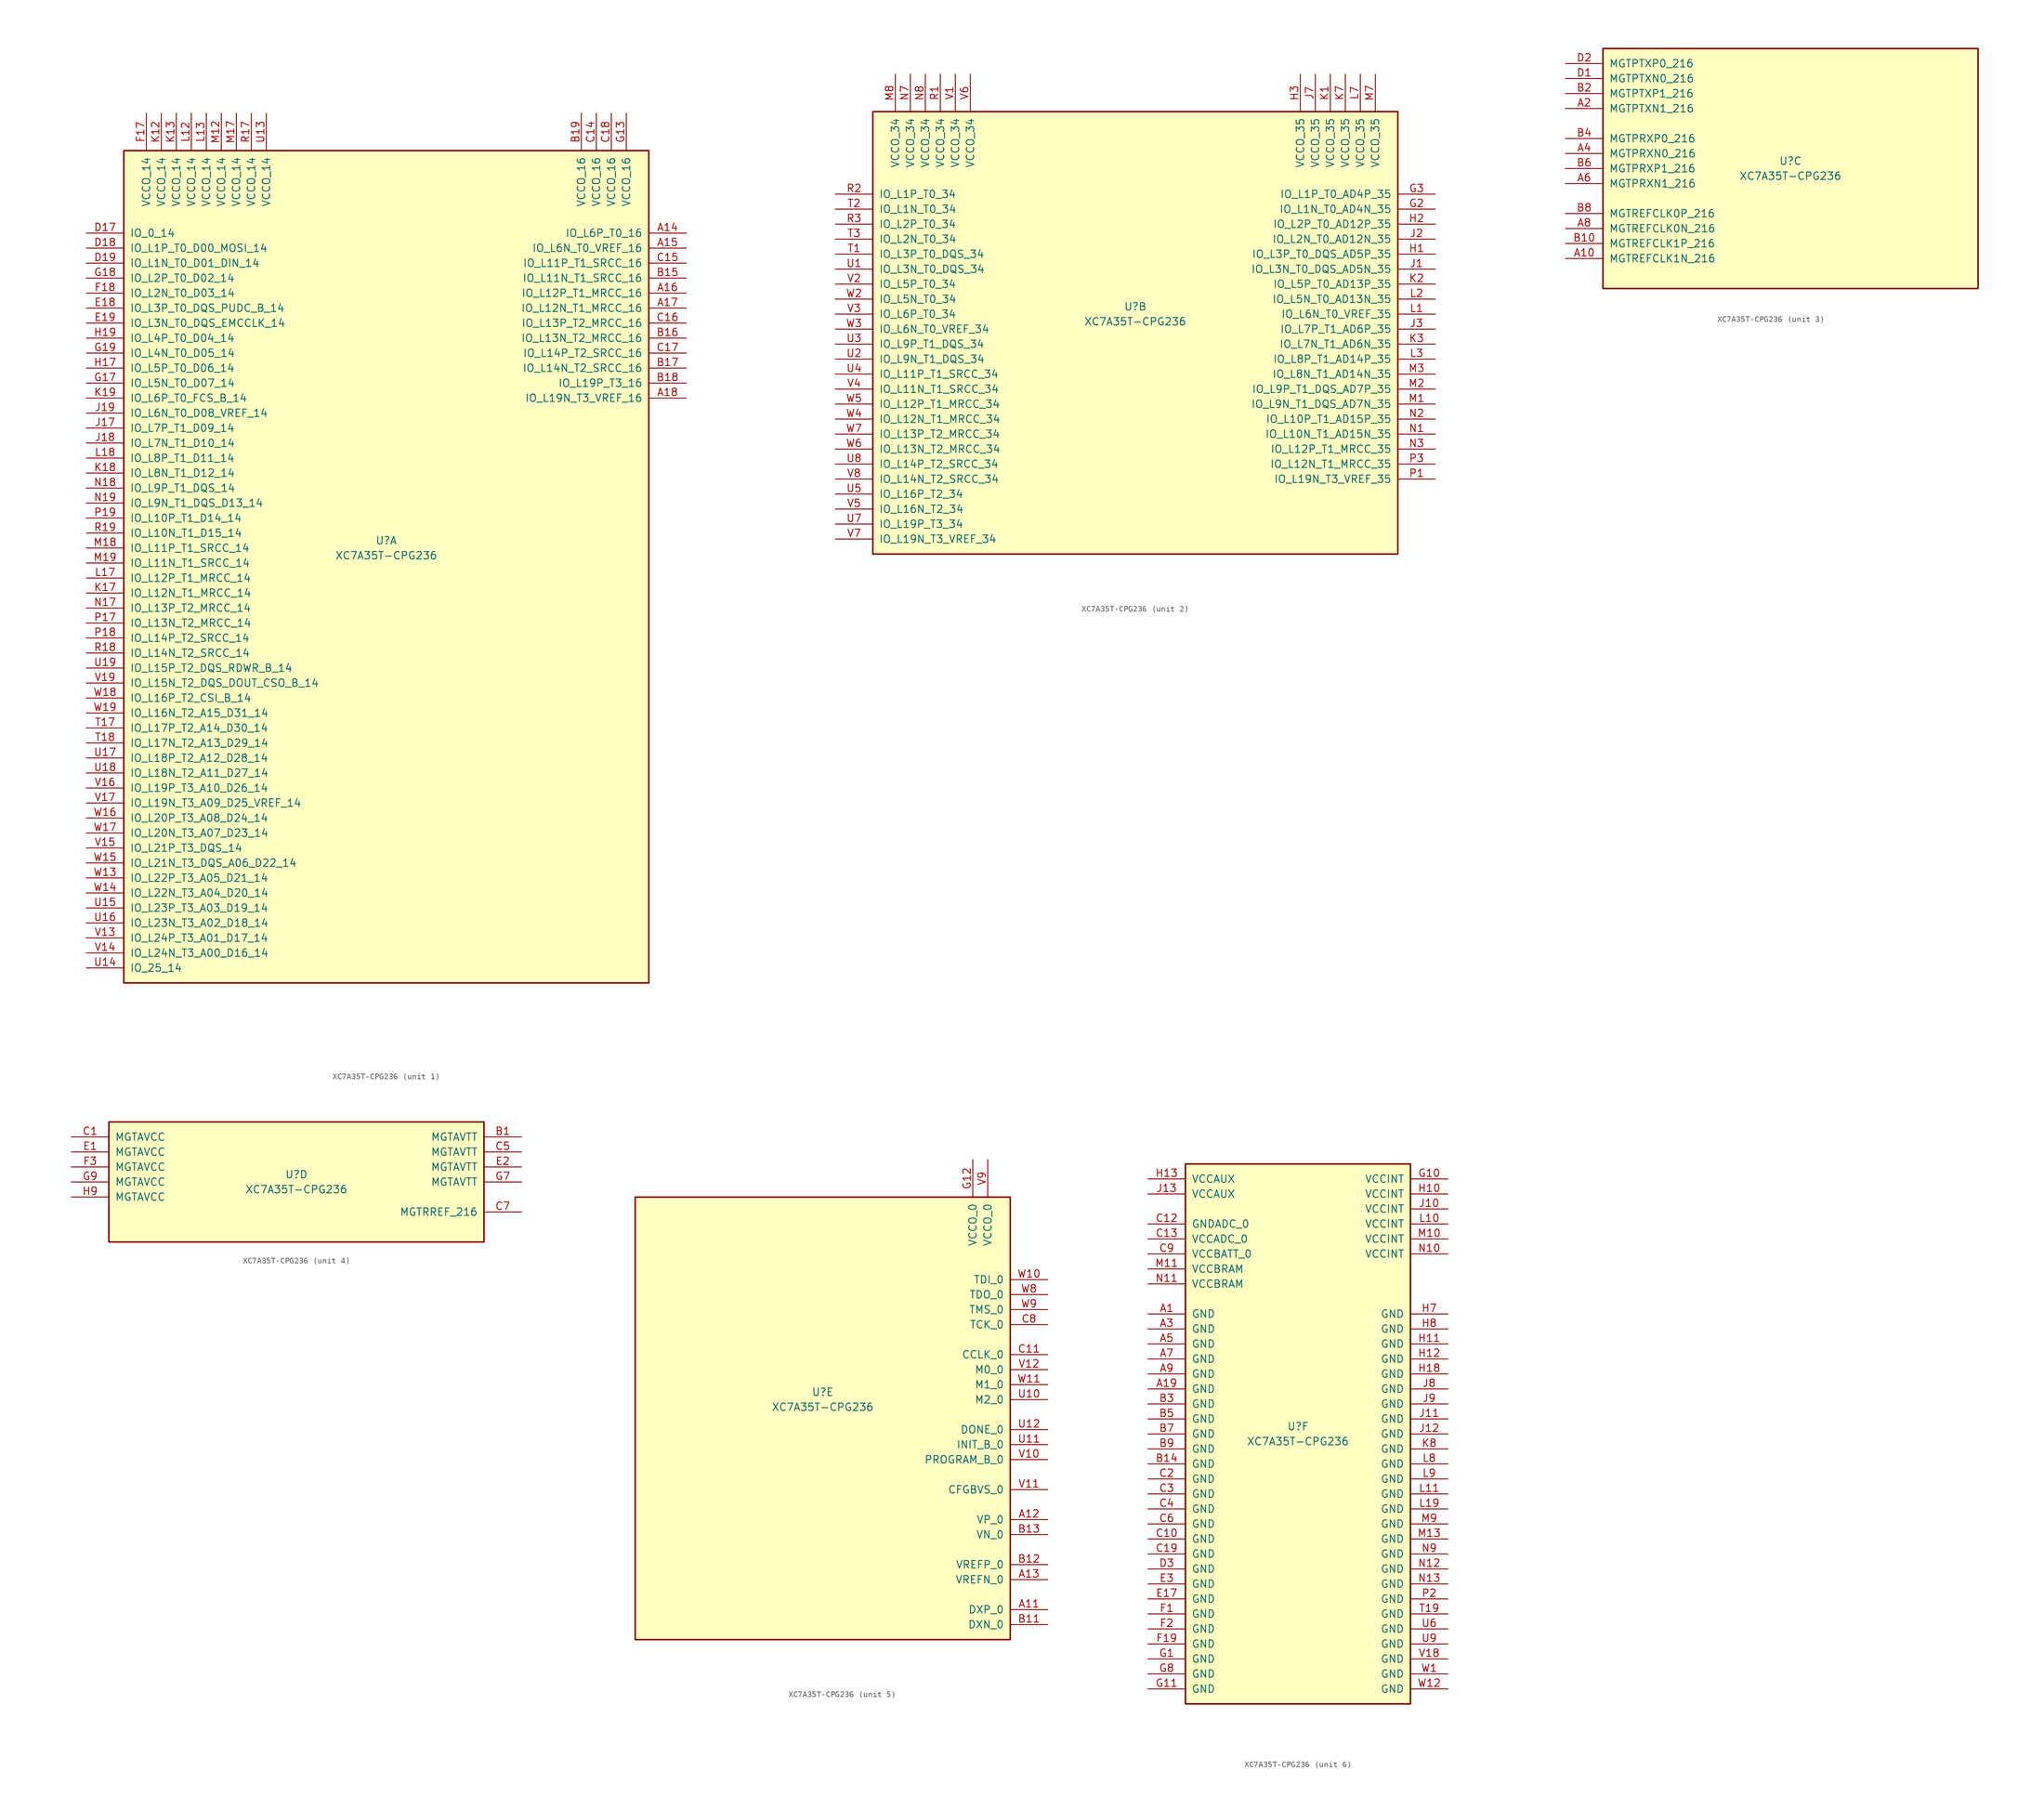
<source format=kicad_sym>
(kicad_symbol_lib
  (version 20201005)
  (generator kicad_symbol_editor)
  (symbol "XC7A35T-CPG236"
    (pin_names
      (offset 1.016))
    (property "Reference" "U"
      (at 0 1.27 0)
      (effects (font (size 1.27 1.27))))
    (property "Value" "XC7A35T-CPG236"
      (at 0 -1.27 0)
      (effects (font (size 1.27 1.27))))
    (property "Datasheet" ""
      (at 0 0 0)
      (effects (font (size 1.27 1.27))))
    (property "ki_locked" ""
      (at 0 0 0)
      (effects (font (size 1.27 1.27))))
    (symbol "XC7A35T-CPG236_1_1"
      (rectangle (start -44.45 67.31) (end 44.45 -73.66) (stroke (width 0.254)) (fill (type background)))
      (pin bidirectional line (at 50.8 53.34 180) (length 6.35) (name "IO_L6P_T0_16" (effects (font (size 1.27 1.27)))) (number "A14" (effects (font (size 1.27 1.27)))))
      (pin bidirectional line (at 50.8 50.8 180) (length 6.35) (name "IO_L6N_T0_VREF_16" (effects (font (size 1.27 1.27)))) (number "A15" (effects (font (size 1.27 1.27)))))
      (pin bidirectional line (at 50.8 43.18 180) (length 6.35) (name "IO_L12P_T1_MRCC_16" (effects (font (size 1.27 1.27)))) (number "A16" (effects (font (size 1.27 1.27)))))
      (pin bidirectional line (at 50.8 40.64 180) (length 6.35) (name "IO_L12N_T1_MRCC_16" (effects (font (size 1.27 1.27)))) (number "A17" (effects (font (size 1.27 1.27)))))
      (pin bidirectional line (at 50.8 25.4 180) (length 6.35) (name "IO_L19N_T3_VREF_16" (effects (font (size 1.27 1.27)))) (number "A18" (effects (font (size 1.27 1.27)))))
      (pin bidirectional line (at 50.8 45.72 180) (length 6.35) (name "IO_L11N_T1_SRCC_16" (effects (font (size 1.27 1.27)))) (number "B15" (effects (font (size 1.27 1.27)))))
      (pin bidirectional line (at 50.8 35.56 180) (length 6.35) (name "IO_L13N_T2_MRCC_16" (effects (font (size 1.27 1.27)))) (number "B16" (effects (font (size 1.27 1.27)))))
      (pin bidirectional line (at 50.8 30.48 180) (length 6.35) (name "IO_L14N_T2_SRCC_16" (effects (font (size 1.27 1.27)))) (number "B17" (effects (font (size 1.27 1.27)))))
      (pin bidirectional line (at 50.8 27.94 180) (length 6.35) (name "IO_L19P_T3_16" (effects (font (size 1.27 1.27)))) (number "B18" (effects (font (size 1.27 1.27)))))
      (pin power_in line (at 33.02 73.66 270) (length 6.35) (name "VCCO_16" (effects (font (size 1.27 1.27)))) (number "B19" (effects (font (size 1.27 1.27)))))
      (pin power_in line (at 35.56 73.66 270) (length 6.35) (name "VCCO_16" (effects (font (size 1.27 1.27)))) (number "C14" (effects (font (size 1.27 1.27)))))
      (pin bidirectional line (at 50.8 48.26 180) (length 6.35) (name "IO_L11P_T1_SRCC_16" (effects (font (size 1.27 1.27)))) (number "C15" (effects (font (size 1.27 1.27)))))
      (pin bidirectional line (at 50.8 38.1 180) (length 6.35) (name "IO_L13P_T2_MRCC_16" (effects (font (size 1.27 1.27)))) (number "C16" (effects (font (size 1.27 1.27)))))
      (pin bidirectional line (at 50.8 33.02 180) (length 6.35) (name "IO_L14P_T2_SRCC_16" (effects (font (size 1.27 1.27)))) (number "C17" (effects (font (size 1.27 1.27)))))
      (pin power_in line (at 38.1 73.66 270) (length 6.35) (name "VCCO_16" (effects (font (size 1.27 1.27)))) (number "C18" (effects (font (size 1.27 1.27)))))
      (pin bidirectional line (at -50.8 53.34 0) (length 6.35) (name "IO_0_14" (effects (font (size 1.27 1.27)))) (number "D17" (effects (font (size 1.27 1.27)))))
      (pin bidirectional line (at -50.8 50.8 0) (length 6.35) (name "IO_L1P_T0_D00_MOSI_14" (effects (font (size 1.27 1.27)))) (number "D18" (effects (font (size 1.27 1.27)))))
      (pin bidirectional line (at -50.8 48.26 0) (length 6.35) (name "IO_L1N_T0_D01_DIN_14" (effects (font (size 1.27 1.27)))) (number "D19" (effects (font (size 1.27 1.27)))))
      (pin bidirectional line (at -50.8 40.64 0) (length 6.35) (name "IO_L3P_T0_DQS_PUDC_B_14" (effects (font (size 1.27 1.27)))) (number "E18" (effects (font (size 1.27 1.27)))))
      (pin bidirectional line (at -50.8 38.1 0) (length 6.35) (name "IO_L3N_T0_DQS_EMCCLK_14" (effects (font (size 1.27 1.27)))) (number "E19" (effects (font (size 1.27 1.27)))))
      (pin power_in line (at -40.64 73.66 270) (length 6.35) (name "VCCO_14" (effects (font (size 1.27 1.27)))) (number "F17" (effects (font (size 1.27 1.27)))))
      (pin bidirectional line (at -50.8 43.18 0) (length 6.35) (name "IO_L2N_T0_D03_14" (effects (font (size 1.27 1.27)))) (number "F18" (effects (font (size 1.27 1.27)))))
      (pin power_in line (at 40.64 73.66 270) (length 6.35) (name "VCCO_16" (effects (font (size 1.27 1.27)))) (number "G13" (effects (font (size 1.27 1.27)))))
      (pin bidirectional line (at -50.8 27.94 0) (length 6.35) (name "IO_L5N_T0_D07_14" (effects (font (size 1.27 1.27)))) (number "G17" (effects (font (size 1.27 1.27)))))
      (pin bidirectional line (at -50.8 45.72 0) (length 6.35) (name "IO_L2P_T0_D02_14" (effects (font (size 1.27 1.27)))) (number "G18" (effects (font (size 1.27 1.27)))))
      (pin bidirectional line (at -50.8 33.02 0) (length 6.35) (name "IO_L4N_T0_D05_14" (effects (font (size 1.27 1.27)))) (number "G19" (effects (font (size 1.27 1.27)))))
      (pin bidirectional line (at -50.8 30.48 0) (length 6.35) (name "IO_L5P_T0_D06_14" (effects (font (size 1.27 1.27)))) (number "H17" (effects (font (size 1.27 1.27)))))
      (pin bidirectional line (at -50.8 35.56 0) (length 6.35) (name "IO_L4P_T0_D04_14" (effects (font (size 1.27 1.27)))) (number "H19" (effects (font (size 1.27 1.27)))))
      (pin bidirectional line (at -50.8 20.32 0) (length 6.35) (name "IO_L7P_T1_D09_14" (effects (font (size 1.27 1.27)))) (number "J17" (effects (font (size 1.27 1.27)))))
      (pin bidirectional line (at -50.8 17.78 0) (length 6.35) (name "IO_L7N_T1_D10_14" (effects (font (size 1.27 1.27)))) (number "J18" (effects (font (size 1.27 1.27)))))
      (pin bidirectional line (at -50.8 22.86 0) (length 6.35) (name "IO_L6N_T0_D08_VREF_14" (effects (font (size 1.27 1.27)))) (number "J19" (effects (font (size 1.27 1.27)))))
      (pin power_in line (at -38.1 73.66 270) (length 6.35) (name "VCCO_14" (effects (font (size 1.27 1.27)))) (number "K12" (effects (font (size 1.27 1.27)))))
      (pin power_in line (at -35.56 73.66 270) (length 6.35) (name "VCCO_14" (effects (font (size 1.27 1.27)))) (number "K13" (effects (font (size 1.27 1.27)))))
      (pin bidirectional line (at -50.8 -7.62 0) (length 6.35) (name "IO_L12N_T1_MRCC_14" (effects (font (size 1.27 1.27)))) (number "K17" (effects (font (size 1.27 1.27)))))
      (pin bidirectional line (at -50.8 12.7 0) (length 6.35) (name "IO_L8N_T1_D12_14" (effects (font (size 1.27 1.27)))) (number "K18" (effects (font (size 1.27 1.27)))))
      (pin bidirectional line (at -50.8 25.4 0) (length 6.35) (name "IO_L6P_T0_FCS_B_14" (effects (font (size 1.27 1.27)))) (number "K19" (effects (font (size 1.27 1.27)))))
      (pin power_in line (at -33.02 73.66 270) (length 6.35) (name "VCCO_14" (effects (font (size 1.27 1.27)))) (number "L12" (effects (font (size 1.27 1.27)))))
      (pin power_in line (at -30.48 73.66 270) (length 6.35) (name "VCCO_14" (effects (font (size 1.27 1.27)))) (number "L13" (effects (font (size 1.27 1.27)))))
      (pin bidirectional line (at -50.8 -5.08 0) (length 6.35) (name "IO_L12P_T1_MRCC_14" (effects (font (size 1.27 1.27)))) (number "L17" (effects (font (size 1.27 1.27)))))
      (pin bidirectional line (at -50.8 15.24 0) (length 6.35) (name "IO_L8P_T1_D11_14" (effects (font (size 1.27 1.27)))) (number "L18" (effects (font (size 1.27 1.27)))))
      (pin power_in line (at -27.94 73.66 270) (length 6.35) (name "VCCO_14" (effects (font (size 1.27 1.27)))) (number "M12" (effects (font (size 1.27 1.27)))))
      (pin power_in line (at -25.4 73.66 270) (length 6.35) (name "VCCO_14" (effects (font (size 1.27 1.27)))) (number "M17" (effects (font (size 1.27 1.27)))))
      (pin bidirectional line (at -50.8 0 0) (length 6.35) (name "IO_L11P_T1_SRCC_14" (effects (font (size 1.27 1.27)))) (number "M18" (effects (font (size 1.27 1.27)))))
      (pin bidirectional line (at -50.8 -2.54 0) (length 6.35) (name "IO_L11N_T1_SRCC_14" (effects (font (size 1.27 1.27)))) (number "M19" (effects (font (size 1.27 1.27)))))
      (pin bidirectional line (at -50.8 -10.16 0) (length 6.35) (name "IO_L13P_T2_MRCC_14" (effects (font (size 1.27 1.27)))) (number "N17" (effects (font (size 1.27 1.27)))))
      (pin bidirectional line (at -50.8 10.16 0) (length 6.35) (name "IO_L9P_T1_DQS_14" (effects (font (size 1.27 1.27)))) (number "N18" (effects (font (size 1.27 1.27)))))
      (pin bidirectional line (at -50.8 7.62 0) (length 6.35) (name "IO_L9N_T1_DQS_D13_14" (effects (font (size 1.27 1.27)))) (number "N19" (effects (font (size 1.27 1.27)))))
      (pin bidirectional line (at -50.8 -12.7 0) (length 6.35) (name "IO_L13N_T2_MRCC_14" (effects (font (size 1.27 1.27)))) (number "P17" (effects (font (size 1.27 1.27)))))
      (pin bidirectional line (at -50.8 -15.24 0) (length 6.35) (name "IO_L14P_T2_SRCC_14" (effects (font (size 1.27 1.27)))) (number "P18" (effects (font (size 1.27 1.27)))))
      (pin bidirectional line (at -50.8 5.08 0) (length 6.35) (name "IO_L10P_T1_D14_14" (effects (font (size 1.27 1.27)))) (number "P19" (effects (font (size 1.27 1.27)))))
      (pin power_in line (at -22.86 73.66 270) (length 6.35) (name "VCCO_14" (effects (font (size 1.27 1.27)))) (number "R17" (effects (font (size 1.27 1.27)))))
      (pin bidirectional line (at -50.8 -17.78 0) (length 6.35) (name "IO_L14N_T2_SRCC_14" (effects (font (size 1.27 1.27)))) (number "R18" (effects (font (size 1.27 1.27)))))
      (pin bidirectional line (at -50.8 2.54 0) (length 6.35) (name "IO_L10N_T1_D15_14" (effects (font (size 1.27 1.27)))) (number "R19" (effects (font (size 1.27 1.27)))))
      (pin bidirectional line (at -50.8 -30.48 0) (length 6.35) (name "IO_L17P_T2_A14_D30_14" (effects (font (size 1.27 1.27)))) (number "T17" (effects (font (size 1.27 1.27)))))
      (pin bidirectional line (at -50.8 -33.02 0) (length 6.35) (name "IO_L17N_T2_A13_D29_14" (effects (font (size 1.27 1.27)))) (number "T18" (effects (font (size 1.27 1.27)))))
      (pin power_in line (at -20.32 73.66 270) (length 6.35) (name "VCCO_14" (effects (font (size 1.27 1.27)))) (number "U13" (effects (font (size 1.27 1.27)))))
      (pin bidirectional line (at -50.8 -71.12 0) (length 6.35) (name "IO_25_14" (effects (font (size 1.27 1.27)))) (number "U14" (effects (font (size 1.27 1.27)))))
      (pin bidirectional line (at -50.8 -60.96 0) (length 6.35) (name "IO_L23P_T3_A03_D19_14" (effects (font (size 1.27 1.27)))) (number "U15" (effects (font (size 1.27 1.27)))))
      (pin bidirectional line (at -50.8 -63.5 0) (length 6.35) (name "IO_L23N_T3_A02_D18_14" (effects (font (size 1.27 1.27)))) (number "U16" (effects (font (size 1.27 1.27)))))
      (pin bidirectional line (at -50.8 -35.56 0) (length 6.35) (name "IO_L18P_T2_A12_D28_14" (effects (font (size 1.27 1.27)))) (number "U17" (effects (font (size 1.27 1.27)))))
      (pin bidirectional line (at -50.8 -38.1 0) (length 6.35) (name "IO_L18N_T2_A11_D27_14" (effects (font (size 1.27 1.27)))) (number "U18" (effects (font (size 1.27 1.27)))))
      (pin bidirectional line (at -50.8 -20.32 0) (length 6.35) (name "IO_L15P_T2_DQS_RDWR_B_14" (effects (font (size 1.27 1.27)))) (number "U19" (effects (font (size 1.27 1.27)))))
      (pin bidirectional line (at -50.8 -66.04 0) (length 6.35) (name "IO_L24P_T3_A01_D17_14" (effects (font (size 1.27 1.27)))) (number "V13" (effects (font (size 1.27 1.27)))))
      (pin bidirectional line (at -50.8 -68.58 0) (length 6.35) (name "IO_L24N_T3_A00_D16_14" (effects (font (size 1.27 1.27)))) (number "V14" (effects (font (size 1.27 1.27)))))
      (pin bidirectional line (at -50.8 -50.8 0) (length 6.35) (name "IO_L21P_T3_DQS_14" (effects (font (size 1.27 1.27)))) (number "V15" (effects (font (size 1.27 1.27)))))
      (pin bidirectional line (at -50.8 -40.64 0) (length 6.35) (name "IO_L19P_T3_A10_D26_14" (effects (font (size 1.27 1.27)))) (number "V16" (effects (font (size 1.27 1.27)))))
      (pin bidirectional line (at -50.8 -43.18 0) (length 6.35) (name "IO_L19N_T3_A09_D25_VREF_14" (effects (font (size 1.27 1.27)))) (number "V17" (effects (font (size 1.27 1.27)))))
      (pin bidirectional line (at -50.8 -22.86 0) (length 6.35) (name "IO_L15N_T2_DQS_DOUT_CSO_B_14" (effects (font (size 1.27 1.27)))) (number "V19" (effects (font (size 1.27 1.27)))))
      (pin bidirectional line (at -50.8 -55.88 0) (length 6.35) (name "IO_L22P_T3_A05_D21_14" (effects (font (size 1.27 1.27)))) (number "W13" (effects (font (size 1.27 1.27)))))
      (pin bidirectional line (at -50.8 -58.42 0) (length 6.35) (name "IO_L22N_T3_A04_D20_14" (effects (font (size 1.27 1.27)))) (number "W14" (effects (font (size 1.27 1.27)))))
      (pin bidirectional line (at -50.8 -53.34 0) (length 6.35) (name "IO_L21N_T3_DQS_A06_D22_14" (effects (font (size 1.27 1.27)))) (number "W15" (effects (font (size 1.27 1.27)))))
      (pin bidirectional line (at -50.8 -45.72 0) (length 6.35) (name "IO_L20P_T3_A08_D24_14" (effects (font (size 1.27 1.27)))) (number "W16" (effects (font (size 1.27 1.27)))))
      (pin bidirectional line (at -50.8 -48.26 0) (length 6.35) (name "IO_L20N_T3_A07_D23_14" (effects (font (size 1.27 1.27)))) (number "W17" (effects (font (size 1.27 1.27)))))
      (pin bidirectional line (at -50.8 -25.4 0) (length 6.35) (name "IO_L16P_T2_CSI_B_14" (effects (font (size 1.27 1.27)))) (number "W18" (effects (font (size 1.27 1.27)))))
      (pin bidirectional line (at -50.8 -27.94 0) (length 6.35) (name "IO_L16N_T2_A15_D31_14" (effects (font (size 1.27 1.27)))) (number "W19" (effects (font (size 1.27 1.27))))))
    (symbol "XC7A35T-CPG236_2_1"
      (rectangle (start -44.45 34.29) (end 44.45 -40.64) (stroke (width 0.254)) (fill (type background)))
      (pin bidirectional line (at 50.8 17.78 180) (length 6.35) (name "IO_L1N_T0_AD4N_35" (effects (font (size 1.27 1.27)))) (number "G2" (effects (font (size 1.27 1.27)))))
      (pin bidirectional line (at 50.8 20.32 180) (length 6.35) (name "IO_L1P_T0_AD4P_35" (effects (font (size 1.27 1.27)))) (number "G3" (effects (font (size 1.27 1.27)))))
      (pin bidirectional line (at 50.8 10.16 180) (length 6.35) (name "IO_L3P_T0_DQS_AD5P_35" (effects (font (size 1.27 1.27)))) (number "H1" (effects (font (size 1.27 1.27)))))
      (pin bidirectional line (at 50.8 15.24 180) (length 6.35) (name "IO_L2P_T0_AD12P_35" (effects (font (size 1.27 1.27)))) (number "H2" (effects (font (size 1.27 1.27)))))
      (pin power_in line (at 27.94 40.64 270) (length 6.35) (name "VCCO_35" (effects (font (size 1.27 1.27)))) (number "H3" (effects (font (size 1.27 1.27)))))
      (pin bidirectional line (at 50.8 7.62 180) (length 6.35) (name "IO_L3N_T0_DQS_AD5N_35" (effects (font (size 1.27 1.27)))) (number "J1" (effects (font (size 1.27 1.27)))))
      (pin bidirectional line (at 50.8 12.7 180) (length 6.35) (name "IO_L2N_T0_AD12N_35" (effects (font (size 1.27 1.27)))) (number "J2" (effects (font (size 1.27 1.27)))))
      (pin bidirectional line (at 50.8 -2.54 180) (length 6.35) (name "IO_L7P_T1_AD6P_35" (effects (font (size 1.27 1.27)))) (number "J3" (effects (font (size 1.27 1.27)))))
      (pin power_in line (at 30.48 40.64 270) (length 6.35) (name "VCCO_35" (effects (font (size 1.27 1.27)))) (number "J7" (effects (font (size 1.27 1.27)))))
      (pin power_in line (at 33.02 40.64 270) (length 6.35) (name "VCCO_35" (effects (font (size 1.27 1.27)))) (number "K1" (effects (font (size 1.27 1.27)))))
      (pin bidirectional line (at 50.8 5.08 180) (length 6.35) (name "IO_L5P_T0_AD13P_35" (effects (font (size 1.27 1.27)))) (number "K2" (effects (font (size 1.27 1.27)))))
      (pin bidirectional line (at 50.8 -5.08 180) (length 6.35) (name "IO_L7N_T1_AD6N_35" (effects (font (size 1.27 1.27)))) (number "K3" (effects (font (size 1.27 1.27)))))
      (pin power_in line (at 35.56 40.64 270) (length 6.35) (name "VCCO_35" (effects (font (size 1.27 1.27)))) (number "K7" (effects (font (size 1.27 1.27)))))
      (pin bidirectional line (at 50.8 0 180) (length 6.35) (name "IO_L6N_T0_VREF_35" (effects (font (size 1.27 1.27)))) (number "L1" (effects (font (size 1.27 1.27)))))
      (pin bidirectional line (at 50.8 2.54 180) (length 6.35) (name "IO_L5N_T0_AD13N_35" (effects (font (size 1.27 1.27)))) (number "L2" (effects (font (size 1.27 1.27)))))
      (pin bidirectional line (at 50.8 -7.62 180) (length 6.35) (name "IO_L8P_T1_AD14P_35" (effects (font (size 1.27 1.27)))) (number "L3" (effects (font (size 1.27 1.27)))))
      (pin power_in line (at 38.1 40.64 270) (length 6.35) (name "VCCO_35" (effects (font (size 1.27 1.27)))) (number "L7" (effects (font (size 1.27 1.27)))))
      (pin bidirectional line (at 50.8 -15.24 180) (length 6.35) (name "IO_L9N_T1_DQS_AD7N_35" (effects (font (size 1.27 1.27)))) (number "M1" (effects (font (size 1.27 1.27)))))
      (pin bidirectional line (at 50.8 -12.7 180) (length 6.35) (name "IO_L9P_T1_DQS_AD7P_35" (effects (font (size 1.27 1.27)))) (number "M2" (effects (font (size 1.27 1.27)))))
      (pin bidirectional line (at 50.8 -10.16 180) (length 6.35) (name "IO_L8N_T1_AD14N_35" (effects (font (size 1.27 1.27)))) (number "M3" (effects (font (size 1.27 1.27)))))
      (pin power_in line (at 40.64 40.64 270) (length 6.35) (name "VCCO_35" (effects (font (size 1.27 1.27)))) (number "M7" (effects (font (size 1.27 1.27)))))
      (pin power_in line (at -40.64 40.64 270) (length 6.35) (name "VCCO_34" (effects (font (size 1.27 1.27)))) (number "M8" (effects (font (size 1.27 1.27)))))
      (pin bidirectional line (at 50.8 -20.32 180) (length 6.35) (name "IO_L10N_T1_AD15N_35" (effects (font (size 1.27 1.27)))) (number "N1" (effects (font (size 1.27 1.27)))))
      (pin bidirectional line (at 50.8 -17.78 180) (length 6.35) (name "IO_L10P_T1_AD15P_35" (effects (font (size 1.27 1.27)))) (number "N2" (effects (font (size 1.27 1.27)))))
      (pin bidirectional line (at 50.8 -22.86 180) (length 6.35) (name "IO_L12P_T1_MRCC_35" (effects (font (size 1.27 1.27)))) (number "N3" (effects (font (size 1.27 1.27)))))
      (pin power_in line (at -38.1 40.64 270) (length 6.35) (name "VCCO_34" (effects (font (size 1.27 1.27)))) (number "N7" (effects (font (size 1.27 1.27)))))
      (pin power_in line (at -35.56 40.64 270) (length 6.35) (name "VCCO_34" (effects (font (size 1.27 1.27)))) (number "N8" (effects (font (size 1.27 1.27)))))
      (pin bidirectional line (at 50.8 -27.94 180) (length 6.35) (name "IO_L19N_T3_VREF_35" (effects (font (size 1.27 1.27)))) (number "P1" (effects (font (size 1.27 1.27)))))
      (pin bidirectional line (at 50.8 -25.4 180) (length 6.35) (name "IO_L12N_T1_MRCC_35" (effects (font (size 1.27 1.27)))) (number "P3" (effects (font (size 1.27 1.27)))))
      (pin power_in line (at -33.02 40.64 270) (length 6.35) (name "VCCO_34" (effects (font (size 1.27 1.27)))) (number "R1" (effects (font (size 1.27 1.27)))))
      (pin bidirectional line (at -50.8 20.32 0) (length 6.35) (name "IO_L1P_T0_34" (effects (font (size 1.27 1.27)))) (number "R2" (effects (font (size 1.27 1.27)))))
      (pin bidirectional line (at -50.8 15.24 0) (length 6.35) (name "IO_L2P_T0_34" (effects (font (size 1.27 1.27)))) (number "R3" (effects (font (size 1.27 1.27)))))
      (pin bidirectional line (at -50.8 10.16 0) (length 6.35) (name "IO_L3P_T0_DQS_34" (effects (font (size 1.27 1.27)))) (number "T1" (effects (font (size 1.27 1.27)))))
      (pin bidirectional line (at -50.8 17.78 0) (length 6.35) (name "IO_L1N_T0_34" (effects (font (size 1.27 1.27)))) (number "T2" (effects (font (size 1.27 1.27)))))
      (pin bidirectional line (at -50.8 12.7 0) (length 6.35) (name "IO_L2N_T0_34" (effects (font (size 1.27 1.27)))) (number "T3" (effects (font (size 1.27 1.27)))))
      (pin bidirectional line (at -50.8 7.62 0) (length 6.35) (name "IO_L3N_T0_DQS_34" (effects (font (size 1.27 1.27)))) (number "U1" (effects (font (size 1.27 1.27)))))
      (pin bidirectional line (at -50.8 -7.62 0) (length 6.35) (name "IO_L9N_T1_DQS_34" (effects (font (size 1.27 1.27)))) (number "U2" (effects (font (size 1.27 1.27)))))
      (pin bidirectional line (at -50.8 -5.08 0) (length 6.35) (name "IO_L9P_T1_DQS_34" (effects (font (size 1.27 1.27)))) (number "U3" (effects (font (size 1.27 1.27)))))
      (pin bidirectional line (at -50.8 -10.16 0) (length 6.35) (name "IO_L11P_T1_SRCC_34" (effects (font (size 1.27 1.27)))) (number "U4" (effects (font (size 1.27 1.27)))))
      (pin bidirectional line (at -50.8 -30.48 0) (length 6.35) (name "IO_L16P_T2_34" (effects (font (size 1.27 1.27)))) (number "U5" (effects (font (size 1.27 1.27)))))
      (pin bidirectional line (at -50.8 -35.56 0) (length 6.35) (name "IO_L19P_T3_34" (effects (font (size 1.27 1.27)))) (number "U7" (effects (font (size 1.27 1.27)))))
      (pin bidirectional line (at -50.8 -25.4 0) (length 6.35) (name "IO_L14P_T2_SRCC_34" (effects (font (size 1.27 1.27)))) (number "U8" (effects (font (size 1.27 1.27)))))
      (pin power_in line (at -30.48 40.64 270) (length 6.35) (name "VCCO_34" (effects (font (size 1.27 1.27)))) (number "V1" (effects (font (size 1.27 1.27)))))
      (pin bidirectional line (at -50.8 5.08 0) (length 6.35) (name "IO_L5P_T0_34" (effects (font (size 1.27 1.27)))) (number "V2" (effects (font (size 1.27 1.27)))))
      (pin bidirectional line (at -50.8 0 0) (length 6.35) (name "IO_L6P_T0_34" (effects (font (size 1.27 1.27)))) (number "V3" (effects (font (size 1.27 1.27)))))
      (pin bidirectional line (at -50.8 -12.7 0) (length 6.35) (name "IO_L11N_T1_SRCC_34" (effects (font (size 1.27 1.27)))) (number "V4" (effects (font (size 1.27 1.27)))))
      (pin bidirectional line (at -50.8 -33.02 0) (length 6.35) (name "IO_L16N_T2_34" (effects (font (size 1.27 1.27)))) (number "V5" (effects (font (size 1.27 1.27)))))
      (pin power_in line (at -27.94 40.64 270) (length 6.35) (name "VCCO_34" (effects (font (size 1.27 1.27)))) (number "V6" (effects (font (size 1.27 1.27)))))
      (pin bidirectional line (at -50.8 -38.1 0) (length 6.35) (name "IO_L19N_T3_VREF_34" (effects (font (size 1.27 1.27)))) (number "V7" (effects (font (size 1.27 1.27)))))
      (pin bidirectional line (at -50.8 -27.94 0) (length 6.35) (name "IO_L14N_T2_SRCC_34" (effects (font (size 1.27 1.27)))) (number "V8" (effects (font (size 1.27 1.27)))))
      (pin bidirectional line (at -50.8 2.54 0) (length 6.35) (name "IO_L5N_T0_34" (effects (font (size 1.27 1.27)))) (number "W2" (effects (font (size 1.27 1.27)))))
      (pin bidirectional line (at -50.8 -2.54 0) (length 6.35) (name "IO_L6N_T0_VREF_34" (effects (font (size 1.27 1.27)))) (number "W3" (effects (font (size 1.27 1.27)))))
      (pin bidirectional line (at -50.8 -17.78 0) (length 6.35) (name "IO_L12N_T1_MRCC_34" (effects (font (size 1.27 1.27)))) (number "W4" (effects (font (size 1.27 1.27)))))
      (pin bidirectional line (at -50.8 -15.24 0) (length 6.35) (name "IO_L12P_T1_MRCC_34" (effects (font (size 1.27 1.27)))) (number "W5" (effects (font (size 1.27 1.27)))))
      (pin bidirectional line (at -50.8 -22.86 0) (length 6.35) (name "IO_L13N_T2_MRCC_34" (effects (font (size 1.27 1.27)))) (number "W6" (effects (font (size 1.27 1.27)))))
      (pin bidirectional line (at -50.8 -20.32 0) (length 6.35) (name "IO_L13P_T2_MRCC_34" (effects (font (size 1.27 1.27)))) (number "W7" (effects (font (size 1.27 1.27))))))
    (symbol "XC7A35T-CPG236_3_1"
      (rectangle (start -31.75 20.32) (end 31.75 -20.32) (stroke (width 0.254)) (fill (type background)))
      (pin bidirectional line (at -38.1 -15.24 0) (length 6.35) (name "MGTREFCLK1N_216" (effects (font (size 1.27 1.27)))) (number "A10" (effects (font (size 1.27 1.27)))))
      (pin bidirectional line (at -38.1 10.16 0) (length 6.35) (name "MGTPTXN1_216" (effects (font (size 1.27 1.27)))) (number "A2" (effects (font (size 1.27 1.27)))))
      (pin bidirectional line (at -38.1 2.54 0) (length 6.35) (name "MGTPRXN0_216" (effects (font (size 1.27 1.27)))) (number "A4" (effects (font (size 1.27 1.27)))))
      (pin bidirectional line (at -38.1 -2.54 0) (length 6.35) (name "MGTPRXN1_216" (effects (font (size 1.27 1.27)))) (number "A6" (effects (font (size 1.27 1.27)))))
      (pin bidirectional line (at -38.1 -10.16 0) (length 6.35) (name "MGTREFCLK0N_216" (effects (font (size 1.27 1.27)))) (number "A8" (effects (font (size 1.27 1.27)))))
      (pin bidirectional line (at -38.1 -12.7 0) (length 6.35) (name "MGTREFCLK1P_216" (effects (font (size 1.27 1.27)))) (number "B10" (effects (font (size 1.27 1.27)))))
      (pin bidirectional line (at -38.1 12.7 0) (length 6.35) (name "MGTPTXP1_216" (effects (font (size 1.27 1.27)))) (number "B2" (effects (font (size 1.27 1.27)))))
      (pin bidirectional line (at -38.1 5.08 0) (length 6.35) (name "MGTPRXP0_216" (effects (font (size 1.27 1.27)))) (number "B4" (effects (font (size 1.27 1.27)))))
      (pin bidirectional line (at -38.1 0 0) (length 6.35) (name "MGTPRXP1_216" (effects (font (size 1.27 1.27)))) (number "B6" (effects (font (size 1.27 1.27)))))
      (pin bidirectional line (at -38.1 -7.62 0) (length 6.35) (name "MGTREFCLK0P_216" (effects (font (size 1.27 1.27)))) (number "B8" (effects (font (size 1.27 1.27)))))
      (pin bidirectional line (at -38.1 15.24 0) (length 6.35) (name "MGTPTXN0_216" (effects (font (size 1.27 1.27)))) (number "D1" (effects (font (size 1.27 1.27)))))
      (pin bidirectional line (at -38.1 17.78 0) (length 6.35) (name "MGTPTXP0_216" (effects (font (size 1.27 1.27)))) (number "D2" (effects (font (size 1.27 1.27))))))
    (symbol "XC7A35T-CPG236_4_1"
      (rectangle (start -31.75 10.16) (end 31.75 -10.16) (stroke (width 0.254)) (fill (type background)))
      (pin power_in line (at 38.1 7.62 180) (length 6.35) (name "MGTAVTT" (effects (font (size 1.27 1.27)))) (number "B1" (effects (font (size 1.27 1.27)))))
      (pin power_in line (at -38.1 7.62 0) (length 6.35) (name "MGTAVCC" (effects (font (size 1.27 1.27)))) (number "C1" (effects (font (size 1.27 1.27)))))
      (pin power_in line (at 38.1 5.08 180) (length 6.35) (name "MGTAVTT" (effects (font (size 1.27 1.27)))) (number "C5" (effects (font (size 1.27 1.27)))))
      (pin power_in line (at 38.1 -5.08 180) (length 6.35) (name "MGTRREF_216" (effects (font (size 1.27 1.27)))) (number "C7" (effects (font (size 1.27 1.27)))))
      (pin power_in line (at -38.1 5.08 0) (length 6.35) (name "MGTAVCC" (effects (font (size 1.27 1.27)))) (number "E1" (effects (font (size 1.27 1.27)))))
      (pin power_in line (at 38.1 2.54 180) (length 6.35) (name "MGTAVTT" (effects (font (size 1.27 1.27)))) (number "E2" (effects (font (size 1.27 1.27)))))
      (pin power_in line (at -38.1 2.54 0) (length 6.35) (name "MGTAVCC" (effects (font (size 1.27 1.27)))) (number "F3" (effects (font (size 1.27 1.27)))))
      (pin power_in line (at 38.1 0 180) (length 6.35) (name "MGTAVTT" (effects (font (size 1.27 1.27)))) (number "G7" (effects (font (size 1.27 1.27)))))
      (pin power_in line (at -38.1 0 0) (length 6.35) (name "MGTAVCC" (effects (font (size 1.27 1.27)))) (number "G9" (effects (font (size 1.27 1.27)))))
      (pin power_in line (at -38.1 -2.54 0) (length 6.35) (name "MGTAVCC" (effects (font (size 1.27 1.27)))) (number "H9" (effects (font (size 1.27 1.27))))))
    (symbol "XC7A35T-CPG236_5_1"
      (rectangle (start -31.75 34.29) (end 31.75 -40.64) (stroke (width 0.254)) (fill (type background)))
      (pin bidirectional line (at 38.1 -35.56 180) (length 6.35) (name "DXP_0" (effects (font (size 1.27 1.27)))) (number "A11" (effects (font (size 1.27 1.27)))))
      (pin bidirectional line (at 38.1 -20.32 180) (length 6.35) (name "VP_0" (effects (font (size 1.27 1.27)))) (number "A12" (effects (font (size 1.27 1.27)))))
      (pin bidirectional line (at 38.1 -30.48 180) (length 6.35) (name "VREFN_0" (effects (font (size 1.27 1.27)))) (number "A13" (effects (font (size 1.27 1.27)))))
      (pin bidirectional line (at 38.1 -38.1 180) (length 6.35) (name "DXN_0" (effects (font (size 1.27 1.27)))) (number "B11" (effects (font (size 1.27 1.27)))))
      (pin bidirectional line (at 38.1 -27.94 180) (length 6.35) (name "VREFP_0" (effects (font (size 1.27 1.27)))) (number "B12" (effects (font (size 1.27 1.27)))))
      (pin bidirectional line (at 38.1 -22.86 180) (length 6.35) (name "VN_0" (effects (font (size 1.27 1.27)))) (number "B13" (effects (font (size 1.27 1.27)))))
      (pin bidirectional line (at 38.1 7.62 180) (length 6.35) (name "CCLK_0" (effects (font (size 1.27 1.27)))) (number "C11" (effects (font (size 1.27 1.27)))))
      (pin bidirectional line (at 38.1 12.7 180) (length 6.35) (name "TCK_0" (effects (font (size 1.27 1.27)))) (number "C8" (effects (font (size 1.27 1.27)))))
      (pin power_in line (at 25.4 40.64 270) (length 6.35) (name "VCCO_0" (effects (font (size 1.27 1.27)))) (number "G12" (effects (font (size 1.27 1.27)))))
      (pin bidirectional line (at 38.1 0 180) (length 6.35) (name "M2_0" (effects (font (size 1.27 1.27)))) (number "U10" (effects (font (size 1.27 1.27)))))
      (pin bidirectional line (at 38.1 -7.62 180) (length 6.35) (name "INIT_B_0" (effects (font (size 1.27 1.27)))) (number "U11" (effects (font (size 1.27 1.27)))))
      (pin bidirectional line (at 38.1 -5.08 180) (length 6.35) (name "DONE_0" (effects (font (size 1.27 1.27)))) (number "U12" (effects (font (size 1.27 1.27)))))
      (pin bidirectional line (at 38.1 -10.16 180) (length 6.35) (name "PROGRAM_B_0" (effects (font (size 1.27 1.27)))) (number "V10" (effects (font (size 1.27 1.27)))))
      (pin bidirectional line (at 38.1 -15.24 180) (length 6.35) (name "CFGBVS_0" (effects (font (size 1.27 1.27)))) (number "V11" (effects (font (size 1.27 1.27)))))
      (pin bidirectional line (at 38.1 5.08 180) (length 6.35) (name "M0_0" (effects (font (size 1.27 1.27)))) (number "V12" (effects (font (size 1.27 1.27)))))
      (pin power_in line (at 27.94 40.64 270) (length 6.35) (name "VCCO_0" (effects (font (size 1.27 1.27)))) (number "V9" (effects (font (size 1.27 1.27)))))
      (pin bidirectional line (at 38.1 20.32 180) (length 6.35) (name "TDI_0" (effects (font (size 1.27 1.27)))) (number "W10" (effects (font (size 1.27 1.27)))))
      (pin bidirectional line (at 38.1 2.54 180) (length 6.35) (name "M1_0" (effects (font (size 1.27 1.27)))) (number "W11" (effects (font (size 1.27 1.27)))))
      (pin bidirectional line (at 38.1 17.78 180) (length 6.35) (name "TDO_0" (effects (font (size 1.27 1.27)))) (number "W8" (effects (font (size 1.27 1.27)))))
      (pin bidirectional line (at 38.1 15.24 180) (length 6.35) (name "TMS_0" (effects (font (size 1.27 1.27)))) (number "W9" (effects (font (size 1.27 1.27))))))
    (symbol "XC7A35T-CPG236_6_1"
      (rectangle (start -19.05 45.72) (end 19.05 -45.72) (stroke (width 0.254)) (fill (type background)))
      (pin power_in line (at -25.4 20.32 0) (length 6.35) (name "GND" (effects (font (size 1.27 1.27)))) (number "A1" (effects (font (size 1.27 1.27)))))
      (pin power_in line (at -25.4 7.62 0) (length 6.35) (name "GND" (effects (font (size 1.27 1.27)))) (number "A19" (effects (font (size 1.27 1.27)))))
      (pin power_in line (at -25.4 17.78 0) (length 6.35) (name "GND" (effects (font (size 1.27 1.27)))) (number "A3" (effects (font (size 1.27 1.27)))))
      (pin power_in line (at -25.4 15.24 0) (length 6.35) (name "GND" (effects (font (size 1.27 1.27)))) (number "A5" (effects (font (size 1.27 1.27)))))
      (pin power_in line (at -25.4 12.7 0) (length 6.35) (name "GND" (effects (font (size 1.27 1.27)))) (number "A7" (effects (font (size 1.27 1.27)))))
      (pin power_in line (at -25.4 10.16 0) (length 6.35) (name "GND" (effects (font (size 1.27 1.27)))) (number "A9" (effects (font (size 1.27 1.27)))))
      (pin power_in line (at -25.4 -5.08 0) (length 6.35) (name "GND" (effects (font (size 1.27 1.27)))) (number "B14" (effects (font (size 1.27 1.27)))))
      (pin power_in line (at -25.4 5.08 0) (length 6.35) (name "GND" (effects (font (size 1.27 1.27)))) (number "B3" (effects (font (size 1.27 1.27)))))
      (pin power_in line (at -25.4 2.54 0) (length 6.35) (name "GND" (effects (font (size 1.27 1.27)))) (number "B5" (effects (font (size 1.27 1.27)))))
      (pin power_in line (at -25.4 0 0) (length 6.35) (name "GND" (effects (font (size 1.27 1.27)))) (number "B7" (effects (font (size 1.27 1.27)))))
      (pin power_in line (at -25.4 -2.54 0) (length 6.35) (name "GND" (effects (font (size 1.27 1.27)))) (number "B9" (effects (font (size 1.27 1.27)))))
      (pin power_in line (at -25.4 -17.78 0) (length 6.35) (name "GND" (effects (font (size 1.27 1.27)))) (number "C10" (effects (font (size 1.27 1.27)))))
      (pin power_in line (at -25.4 35.56 0) (length 6.35) (name "GNDADC_0" (effects (font (size 1.27 1.27)))) (number "C12" (effects (font (size 1.27 1.27)))))
      (pin power_in line (at -25.4 33.02 0) (length 6.35) (name "VCCADC_0" (effects (font (size 1.27 1.27)))) (number "C13" (effects (font (size 1.27 1.27)))))
      (pin power_in line (at -25.4 -20.32 0) (length 6.35) (name "GND" (effects (font (size 1.27 1.27)))) (number "C19" (effects (font (size 1.27 1.27)))))
      (pin power_in line (at -25.4 -7.62 0) (length 6.35) (name "GND" (effects (font (size 1.27 1.27)))) (number "C2" (effects (font (size 1.27 1.27)))))
      (pin power_in line (at -25.4 -10.16 0) (length 6.35) (name "GND" (effects (font (size 1.27 1.27)))) (number "C3" (effects (font (size 1.27 1.27)))))
      (pin power_in line (at -25.4 -12.7 0) (length 6.35) (name "GND" (effects (font (size 1.27 1.27)))) (number "C4" (effects (font (size 1.27 1.27)))))
      (pin power_in line (at -25.4 -15.24 0) (length 6.35) (name "GND" (effects (font (size 1.27 1.27)))) (number "C6" (effects (font (size 1.27 1.27)))))
      (pin power_in line (at -25.4 30.48 0) (length 6.35) (name "VCCBATT_0" (effects (font (size 1.27 1.27)))) (number "C9" (effects (font (size 1.27 1.27)))))
      (pin power_in line (at -25.4 -22.86 0) (length 6.35) (name "GND" (effects (font (size 1.27 1.27)))) (number "D3" (effects (font (size 1.27 1.27)))))
      (pin power_in line (at -25.4 -27.94 0) (length 6.35) (name "GND" (effects (font (size 1.27 1.27)))) (number "E17" (effects (font (size 1.27 1.27)))))
      (pin power_in line (at -25.4 -25.4 0) (length 6.35) (name "GND" (effects (font (size 1.27 1.27)))) (number "E3" (effects (font (size 1.27 1.27)))))
      (pin power_in line (at -25.4 -30.48 0) (length 6.35) (name "GND" (effects (font (size 1.27 1.27)))) (number "F1" (effects (font (size 1.27 1.27)))))
      (pin power_in line (at -25.4 -35.56 0) (length 6.35) (name "GND" (effects (font (size 1.27 1.27)))) (number "F19" (effects (font (size 1.27 1.27)))))
      (pin power_in line (at -25.4 -33.02 0) (length 6.35) (name "GND" (effects (font (size 1.27 1.27)))) (number "F2" (effects (font (size 1.27 1.27)))))
      (pin power_in line (at -25.4 -38.1 0) (length 6.35) (name "GND" (effects (font (size 1.27 1.27)))) (number "G1" (effects (font (size 1.27 1.27)))))
      (pin power_in line (at 25.4 43.18 180) (length 6.35) (name "VCCINT" (effects (font (size 1.27 1.27)))) (number "G10" (effects (font (size 1.27 1.27)))))
      (pin power_in line (at -25.4 -43.18 0) (length 6.35) (name "GND" (effects (font (size 1.27 1.27)))) (number "G11" (effects (font (size 1.27 1.27)))))
      (pin power_in line (at -25.4 -40.64 0) (length 6.35) (name "GND" (effects (font (size 1.27 1.27)))) (number "G8" (effects (font (size 1.27 1.27)))))
      (pin power_in line (at 25.4 40.64 180) (length 6.35) (name "VCCINT" (effects (font (size 1.27 1.27)))) (number "H10" (effects (font (size 1.27 1.27)))))
      (pin power_in line (at 25.4 15.24 180) (length 6.35) (name "GND" (effects (font (size 1.27 1.27)))) (number "H11" (effects (font (size 1.27 1.27)))))
      (pin power_in line (at 25.4 12.7 180) (length 6.35) (name "GND" (effects (font (size 1.27 1.27)))) (number "H12" (effects (font (size 1.27 1.27)))))
      (pin power_in line (at -25.4 43.18 0) (length 6.35) (name "VCCAUX" (effects (font (size 1.27 1.27)))) (number "H13" (effects (font (size 1.27 1.27)))))
      (pin power_in line (at 25.4 10.16 180) (length 6.35) (name "GND" (effects (font (size 1.27 1.27)))) (number "H18" (effects (font (size 1.27 1.27)))))
      (pin power_in line (at 25.4 20.32 180) (length 6.35) (name "GND" (effects (font (size 1.27 1.27)))) (number "H7" (effects (font (size 1.27 1.27)))))
      (pin power_in line (at 25.4 17.78 180) (length 6.35) (name "GND" (effects (font (size 1.27 1.27)))) (number "H8" (effects (font (size 1.27 1.27)))))
      (pin power_in line (at 25.4 38.1 180) (length 6.35) (name "VCCINT" (effects (font (size 1.27 1.27)))) (number "J10" (effects (font (size 1.27 1.27)))))
      (pin power_in line (at 25.4 2.54 180) (length 6.35) (name "GND" (effects (font (size 1.27 1.27)))) (number "J11" (effects (font (size 1.27 1.27)))))
      (pin power_in line (at 25.4 0 180) (length 6.35) (name "GND" (effects (font (size 1.27 1.27)))) (number "J12" (effects (font (size 1.27 1.27)))))
      (pin power_in line (at -25.4 40.64 0) (length 6.35) (name "VCCAUX" (effects (font (size 1.27 1.27)))) (number "J13" (effects (font (size 1.27 1.27)))))
      (pin power_in line (at 25.4 7.62 180) (length 6.35) (name "GND" (effects (font (size 1.27 1.27)))) (number "J8" (effects (font (size 1.27 1.27)))))
      (pin power_in line (at 25.4 5.08 180) (length 6.35) (name "GND" (effects (font (size 1.27 1.27)))) (number "J9" (effects (font (size 1.27 1.27)))))
      (pin power_in line (at 25.4 -2.54 180) (length 6.35) (name "GND" (effects (font (size 1.27 1.27)))) (number "K8" (effects (font (size 1.27 1.27)))))
      (pin power_in line (at 25.4 35.56 180) (length 6.35) (name "VCCINT" (effects (font (size 1.27 1.27)))) (number "L10" (effects (font (size 1.27 1.27)))))
      (pin power_in line (at 25.4 -10.16 180) (length 6.35) (name "GND" (effects (font (size 1.27 1.27)))) (number "L11" (effects (font (size 1.27 1.27)))))
      (pin power_in line (at 25.4 -12.7 180) (length 6.35) (name "GND" (effects (font (size 1.27 1.27)))) (number "L19" (effects (font (size 1.27 1.27)))))
      (pin power_in line (at 25.4 -5.08 180) (length 6.35) (name "GND" (effects (font (size 1.27 1.27)))) (number "L8" (effects (font (size 1.27 1.27)))))
      (pin power_in line (at 25.4 -7.62 180) (length 6.35) (name "GND" (effects (font (size 1.27 1.27)))) (number "L9" (effects (font (size 1.27 1.27)))))
      (pin power_in line (at 25.4 33.02 180) (length 6.35) (name "VCCINT" (effects (font (size 1.27 1.27)))) (number "M10" (effects (font (size 1.27 1.27)))))
      (pin power_in line (at -25.4 27.94 0) (length 6.35) (name "VCCBRAM" (effects (font (size 1.27 1.27)))) (number "M11" (effects (font (size 1.27 1.27)))))
      (pin power_in line (at 25.4 -17.78 180) (length 6.35) (name "GND" (effects (font (size 1.27 1.27)))) (number "M13" (effects (font (size 1.27 1.27)))))
      (pin power_in line (at 25.4 -15.24 180) (length 6.35) (name "GND" (effects (font (size 1.27 1.27)))) (number "M9" (effects (font (size 1.27 1.27)))))
      (pin power_in line (at 25.4 30.48 180) (length 6.35) (name "VCCINT" (effects (font (size 1.27 1.27)))) (number "N10" (effects (font (size 1.27 1.27)))))
      (pin power_in line (at -25.4 25.4 0) (length 6.35) (name "VCCBRAM" (effects (font (size 1.27 1.27)))) (number "N11" (effects (font (size 1.27 1.27)))))
      (pin power_in line (at 25.4 -22.86 180) (length 6.35) (name "GND" (effects (font (size 1.27 1.27)))) (number "N12" (effects (font (size 1.27 1.27)))))
      (pin power_in line (at 25.4 -25.4 180) (length 6.35) (name "GND" (effects (font (size 1.27 1.27)))) (number "N13" (effects (font (size 1.27 1.27)))))
      (pin power_in line (at 25.4 -20.32 180) (length 6.35) (name "GND" (effects (font (size 1.27 1.27)))) (number "N9" (effects (font (size 1.27 1.27)))))
      (pin power_in line (at 25.4 -27.94 180) (length 6.35) (name "GND" (effects (font (size 1.27 1.27)))) (number "P2" (effects (font (size 1.27 1.27)))))
      (pin power_in line (at 25.4 -30.48 180) (length 6.35) (name "GND" (effects (font (size 1.27 1.27)))) (number "T19" (effects (font (size 1.27 1.27)))))
      (pin power_in line (at 25.4 -33.02 180) (length 6.35) (name "GND" (effects (font (size 1.27 1.27)))) (number "U6" (effects (font (size 1.27 1.27)))))
      (pin power_in line (at 25.4 -35.56 180) (length 6.35) (name "GND" (effects (font (size 1.27 1.27)))) (number "U9" (effects (font (size 1.27 1.27)))))
      (pin power_in line (at 25.4 -38.1 180) (length 6.35) (name "GND" (effects (font (size 1.27 1.27)))) (number "V18" (effects (font (size 1.27 1.27)))))
      (pin power_in line (at 25.4 -40.64 180) (length 6.35) (name "GND" (effects (font (size 1.27 1.27)))) (number "W1" (effects (font (size 1.27 1.27)))))
      (pin power_in line (at 25.4 -43.18 180) (length 6.35) (name "GND" (effects (font (size 1.27 1.27)))) (number "W12" (effects (font (size 1.27 1.27))))))))
</source>
